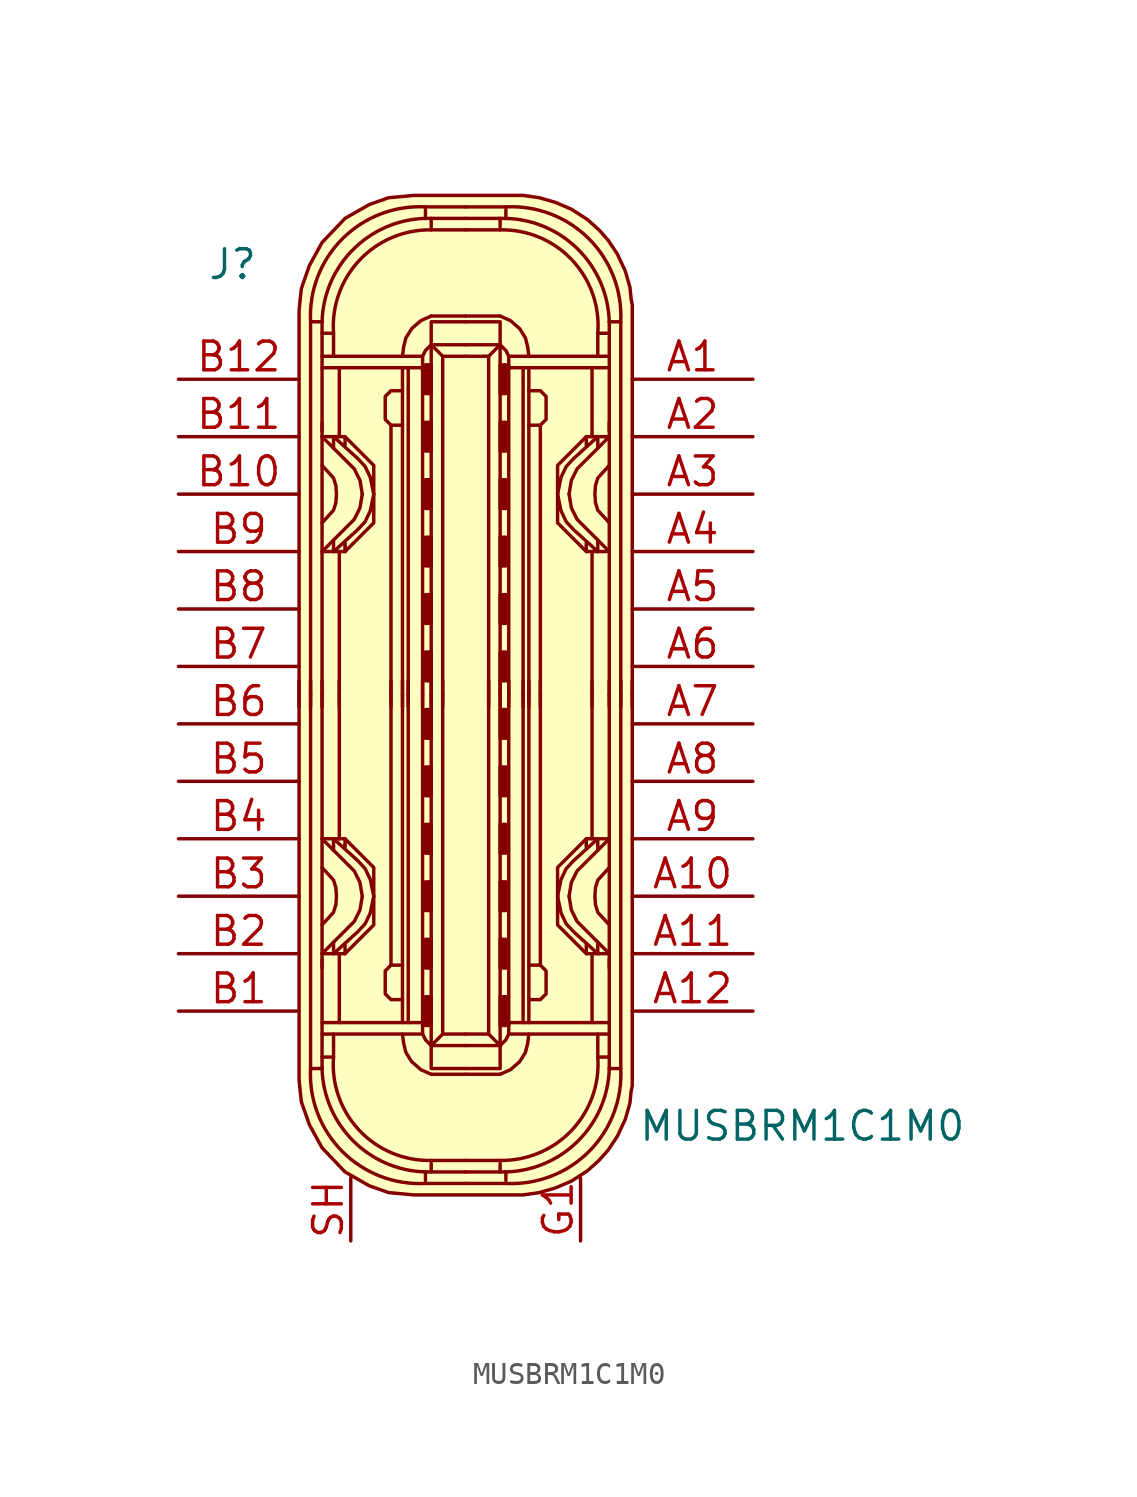
<source format=kicad_sym>
(kicad_symbol_lib
  (version 20231120)
  (generator "kicad_symbol_editor")
  (generator_version "8.0")
  (symbol "MUSBRM1C1M0"
    (pin_names
      (offset 1.016))
    (property "Reference" "J"
      (at -11.43 19.05 0)
      (effects (font (size 1.27 1.27)) (justify left)))
    (property "Value" "MUSBRM1C1M0"
      (at 7.62 -19.05 0)
      (effects (font (size 1.27 1.27)) (justify left)))
    (symbol "MUSBRM1C1M0_1_1"
      (arc (start -6.858 -16.51) (mid -5.4492 -20.1812) (end -1.778 -21.59) (stroke (width 0) (type solid)) (fill (type none)))
      (arc (start -6.35 -16.51) (mid -4.9749 -19.7069) (end -1.778 -21.082) (stroke (width 0) (type solid)) (fill (type none)))
      (arc (start -5.842 -16.002) (mid -4.6972 -19.2495) (end -1.524 -20.574) (stroke (width 0) (type solid)) (fill (type none)))
      (rectangle (start -1.778 -14.605) (end -1.524 -13.335) (stroke (width 0) (type solid)) (fill (type outline)))
      (rectangle (start -1.778 -12.065) (end -1.524 -10.795) (stroke (width 0) (type solid)) (fill (type outline)))
      (rectangle (start -1.778 -9.525) (end -1.524 -8.255) (stroke (width 0) (type solid)) (fill (type outline)))
      (rectangle (start -1.778 -6.985) (end -1.524 -5.715) (stroke (width 0) (type solid)) (fill (type outline)))
      (rectangle (start -1.778 -4.445) (end -1.524 -3.175) (stroke (width 0) (type solid)) (fill (type outline)))
      (rectangle (start -1.778 -1.905) (end -1.524 -0.635) (stroke (width 0) (type solid)) (fill (type outline)))
      (rectangle (start -1.778 1.905) (end -1.524 0.635) (stroke (width 0) (type solid)) (fill (type outline)))
      (rectangle (start -1.778 4.445) (end -1.524 3.175) (stroke (width 0) (type solid)) (fill (type outline)))
      (rectangle (start -1.778 6.985) (end -1.524 5.715) (stroke (width 0) (type solid)) (fill (type outline)))
      (rectangle (start -1.778 9.525) (end -1.524 8.255) (stroke (width 0) (type solid)) (fill (type outline)))
      (rectangle (start -1.778 12.065) (end -1.524 10.795) (stroke (width 0) (type solid)) (fill (type outline)))
      (rectangle (start -1.778 14.605) (end -1.524 13.335) (stroke (width 0) (type solid)) (fill (type outline)))
      (arc (start -1.778 21.082) (mid -4.9749 19.7069) (end -6.35 16.51) (stroke (width 0) (type solid)) (fill (type none)))
      (arc (start -1.778 21.59) (mid -5.4492 20.1812) (end -6.858 16.51) (stroke (width 0) (type solid)) (fill (type none)))
      (arc (start -1.524 20.574) (mid -4.6883 19.2412) (end -5.842 16.002) (stroke (width 0) (type solid)) (fill (type none)))
      (polyline (pts (xy -7.366 -0.508) (xy -7.366 0.635)) (stroke (width 0) (type solid)) (fill (type none)))
      (polyline (pts (xy -6.858 -0.508) (xy -6.858 0.635)) (stroke (width 0) (type solid)) (fill (type none)))
      (polyline (pts (xy -6.35 -14.986) (xy -1.905 -14.986)) (stroke (width 0) (type solid)) (fill (type none)))
      (polyline (pts (xy -6.35 -12.065) (xy -6.35 0)) (stroke (width 0) (type solid)) (fill (type none)))
      (polyline (pts (xy -6.35 -0.508) (xy -6.35 0.635)) (stroke (width 0) (type solid)) (fill (type none)))
      (polyline (pts (xy -6.35 12.065) (xy -6.35 0)) (stroke (width 0) (type solid)) (fill (type none)))
      (polyline (pts (xy -6.35 14.986) (xy -1.905 14.986)) (stroke (width 0) (type solid)) (fill (type none)))
      (polyline (pts (xy -5.842 -11.43) (xy -5.842 -10.922)) (stroke (width 0) (type solid)) (fill (type none)))
      (polyline (pts (xy -5.842 -6.35) (xy -5.842 -6.858)) (stroke (width 0) (type solid)) (fill (type none)))
      (polyline (pts (xy -5.842 6.35) (xy -5.842 6.858)) (stroke (width 0) (type solid)) (fill (type none)))
      (polyline (pts (xy -5.842 11.43) (xy -5.842 10.922)) (stroke (width 0) (type solid)) (fill (type none)))
      (polyline (pts (xy -5.588 -14.478) (xy -5.588 -11.43)) (stroke (width 0) (type solid)) (fill (type none)))
      (polyline (pts (xy -5.588 -6.35) (xy -5.588 0)) (stroke (width 0) (type solid)) (fill (type none)))
      (polyline (pts (xy -5.588 -0.508) (xy -5.588 0.635)) (stroke (width 0) (type solid)) (fill (type none)))
      (polyline (pts (xy -5.588 6.35) (xy -5.588 0)) (stroke (width 0) (type solid)) (fill (type none)))
      (polyline (pts (xy -5.588 14.478) (xy -5.588 11.43)) (stroke (width 0) (type solid)) (fill (type none)))
      (polyline (pts (xy -5.334 -11.43) (xy -5.334 -11.049)) (stroke (width 0) (type solid)) (fill (type none)))
      (polyline (pts (xy -5.334 -6.604) (xy -5.334 -6.731)) (stroke (width 0) (type solid)) (fill (type none)))
      (polyline (pts (xy -5.334 -6.35) (xy -5.334 -6.604)) (stroke (width 0) (type solid)) (fill (type none)))
      (polyline (pts (xy -5.334 6.35) (xy -5.334 6.604)) (stroke (width 0) (type solid)) (fill (type none)))
      (polyline (pts (xy -5.334 6.604) (xy -5.334 6.731)) (stroke (width 0) (type solid)) (fill (type none)))
      (polyline (pts (xy -5.334 11.43) (xy -5.334 11.049)) (stroke (width 0) (type solid)) (fill (type none)))
      (polyline (pts (xy -3.302 -0.508) (xy -3.302 0.635)) (stroke (width 0) (type solid)) (fill (type none)))
      (polyline (pts (xy -3.302 0) (xy -3.302 -11.938)) (stroke (width 0) (type solid)) (fill (type none)))
      (polyline (pts (xy -3.302 0) (xy -3.302 11.938)) (stroke (width 0) (type solid)) (fill (type none)))
      (polyline (pts (xy -2.794 -0.508) (xy -2.794 0.635)) (stroke (width 0) (type solid)) (fill (type none)))
      (polyline (pts (xy -2.794 0) (xy -2.794 -14.478)) (stroke (width 0) (type solid)) (fill (type none)))
      (polyline (pts (xy -2.794 0) (xy -2.794 14.478)) (stroke (width 0) (type solid)) (fill (type none)))
      (polyline (pts (xy -2.54 -14.478) (xy -2.54 0)) (stroke (width 0) (type solid)) (fill (type none)))
      (polyline (pts (xy -2.54 -0.508) (xy -2.54 0.635)) (stroke (width 0) (type solid)) (fill (type none)))
      (polyline (pts (xy -2.54 14.478) (xy -2.54 0)) (stroke (width 0) (type solid)) (fill (type none)))
      (polyline (pts (xy -1.905 -14.478) (xy -6.35 -14.478)) (stroke (width 0) (type solid)) (fill (type none)))
      (polyline (pts (xy -1.905 -0.508) (xy -1.905 0.635)) (stroke (width 0) (type solid)) (fill (type none)))
      (polyline (pts (xy -1.905 0) (xy -1.905 -14.605)) (stroke (width 0) (type solid)) (fill (type none)))
      (polyline (pts (xy -1.905 0) (xy -1.905 14.605)) (stroke (width 0) (type solid)) (fill (type none)))
      (polyline (pts (xy -1.905 14.478) (xy -6.35 14.478)) (stroke (width 0) (type solid)) (fill (type none)))
      (polyline (pts (xy -1.778 -21.59) (xy 0 -21.59)) (stroke (width 0) (type solid)) (fill (type background)))
      (polyline (pts (xy -1.778 -21.082) (xy -1.778 -21.463)) (stroke (width 0) (type solid)) (fill (type none)))
      (polyline (pts (xy -1.778 -21.082) (xy 0 -21.082)) (stroke (width 0) (type solid)) (fill (type none)))
      (polyline (pts (xy -1.778 21.082) (xy -1.778 21.463)) (stroke (width 0) (type solid)) (fill (type none)))
      (polyline (pts (xy -1.778 21.082) (xy 0 21.082)) (stroke (width 0) (type solid)) (fill (type none)))
      (polyline (pts (xy -1.778 21.59) (xy 0 21.59)) (stroke (width 0) (type solid)) (fill (type background)))
      (polyline (pts (xy -1.524 -20.701) (xy -1.524 -21.082)) (stroke (width 0) (type solid)) (fill (type none)))
      (polyline (pts (xy -1.524 -20.574) (xy 0 -20.574)) (stroke (width 0) (type solid)) (fill (type none)))
      (polyline (pts (xy -1.524 -0.508) (xy -1.524 0.635)) (stroke (width 0) (type solid)) (fill (type none)))
      (polyline (pts (xy -1.524 20.574) (xy 0 20.574)) (stroke (width 0) (type solid)) (fill (type none)))
      (polyline (pts (xy -1.524 20.701) (xy -1.524 21.082)) (stroke (width 0) (type solid)) (fill (type none)))
      (polyline (pts (xy -1.016 -14.986) (xy -1.524 -15.494)) (stroke (width 0) (type solid)) (fill (type none)))
      (polyline (pts (xy -1.016 -0.508) (xy -1.016 0.635)) (stroke (width 0) (type solid)) (fill (type none)))
      (polyline (pts (xy -1.016 14.986) (xy -1.524 15.494)) (stroke (width 0) (type solid)) (fill (type none)))
      (polyline (pts (xy 0 -16.764) (xy -1.524 -16.764)) (stroke (width 0) (type solid)) (fill (type none)))
      (polyline (pts (xy 0 -16.764) (xy 1.524 -16.764)) (stroke (width 0) (type solid)) (fill (type none)))
      (polyline (pts (xy 0 16.764) (xy -1.524 16.764)) (stroke (width 0) (type solid)) (fill (type none)))
      (polyline (pts (xy 0 16.764) (xy 1.524 16.764)) (stroke (width 0) (type solid)) (fill (type none)))
      (polyline (pts (xy 1.016 -14.986) (xy 1.524 -15.494)) (stroke (width 0) (type solid)) (fill (type none)))
      (polyline (pts (xy 1.016 -0.508) (xy 1.016 0.635)) (stroke (width 0) (type solid)) (fill (type none)))
      (polyline (pts (xy 1.016 14.986) (xy 1.524 15.494)) (stroke (width 0) (type solid)) (fill (type none)))
      (polyline (pts (xy 1.524 -20.701) (xy 1.524 -21.082)) (stroke (width 0) (type solid)) (fill (type none)))
      (polyline (pts (xy 1.524 -20.574) (xy 0 -20.574)) (stroke (width 0) (type solid)) (fill (type none)))
      (polyline (pts (xy 1.524 -0.508) (xy 1.524 0.635)) (stroke (width 0) (type solid)) (fill (type none)))
      (polyline (pts (xy 1.524 20.574) (xy 0 20.574)) (stroke (width 0) (type solid)) (fill (type none)))
      (polyline (pts (xy 1.524 20.701) (xy 1.524 21.082)) (stroke (width 0) (type solid)) (fill (type none)))
      (polyline (pts (xy 1.778 -21.59) (xy 0 -21.59)) (stroke (width 0) (type solid)) (fill (type background)))
      (polyline (pts (xy 1.778 -21.082) (xy 0 -21.082)) (stroke (width 0) (type solid)) (fill (type none)))
      (polyline (pts (xy 1.778 -21.082) (xy 1.778 -21.463)) (stroke (width 0) (type solid)) (fill (type none)))
      (polyline (pts (xy 1.778 21.082) (xy 0 21.082)) (stroke (width 0) (type solid)) (fill (type none)))
      (polyline (pts (xy 1.778 21.082) (xy 1.778 21.463)) (stroke (width 0) (type solid)) (fill (type none)))
      (polyline (pts (xy 1.778 21.59) (xy 0 21.59)) (stroke (width 0) (type solid)) (fill (type background)))
      (polyline (pts (xy 1.905 -14.478) (xy 6.35 -14.478)) (stroke (width 0) (type solid)) (fill (type none)))
      (polyline (pts (xy 1.905 -0.508) (xy 1.905 0.635)) (stroke (width 0) (type solid)) (fill (type none)))
      (polyline (pts (xy 1.905 0) (xy 1.905 -14.605)) (stroke (width 0) (type solid)) (fill (type none)))
      (polyline (pts (xy 1.905 0) (xy 1.905 14.605)) (stroke (width 0) (type solid)) (fill (type none)))
      (polyline (pts (xy 1.905 14.478) (xy 6.35 14.478)) (stroke (width 0) (type solid)) (fill (type none)))
      (polyline (pts (xy 2.54 -14.478) (xy 2.54 0)) (stroke (width 0) (type solid)) (fill (type none)))
      (polyline (pts (xy 2.54 -0.508) (xy 2.54 0.635)) (stroke (width 0) (type solid)) (fill (type none)))
      (polyline (pts (xy 2.54 14.478) (xy 2.54 0)) (stroke (width 0) (type solid)) (fill (type none)))
      (polyline (pts (xy 2.794 -0.508) (xy 2.794 0.635)) (stroke (width 0) (type solid)) (fill (type none)))
      (polyline (pts (xy 2.794 0) (xy 2.794 -14.478)) (stroke (width 0) (type solid)) (fill (type none)))
      (polyline (pts (xy 2.794 0) (xy 2.794 14.478)) (stroke (width 0) (type solid)) (fill (type none)))
      (polyline (pts (xy 3.302 -0.508) (xy 3.302 0.635)) (stroke (width 0) (type solid)) (fill (type none)))
      (polyline (pts (xy 3.302 0) (xy 3.302 -11.938)) (stroke (width 0) (type solid)) (fill (type none)))
      (polyline (pts (xy 3.302 0) (xy 3.302 11.938)) (stroke (width 0) (type solid)) (fill (type none)))
      (polyline (pts (xy 5.334 -11.43) (xy 5.334 -11.049)) (stroke (width 0) (type solid)) (fill (type none)))
      (polyline (pts (xy 5.334 -6.604) (xy 5.334 -6.731)) (stroke (width 0) (type solid)) (fill (type none)))
      (polyline (pts (xy 5.334 -6.35) (xy 5.334 -6.604)) (stroke (width 0) (type solid)) (fill (type none)))
      (polyline (pts (xy 5.334 6.35) (xy 5.334 6.604)) (stroke (width 0) (type solid)) (fill (type none)))
      (polyline (pts (xy 5.334 6.604) (xy 5.334 6.731)) (stroke (width 0) (type solid)) (fill (type none)))
      (polyline (pts (xy 5.334 11.43) (xy 5.334 11.049)) (stroke (width 0) (type solid)) (fill (type none)))
      (polyline (pts (xy 5.588 -14.478) (xy 5.588 -11.43)) (stroke (width 0) (type solid)) (fill (type none)))
      (polyline (pts (xy 5.588 -6.35) (xy 5.588 0)) (stroke (width 0) (type solid)) (fill (type none)))
      (polyline (pts (xy 5.588 -0.508) (xy 5.588 0.635)) (stroke (width 0) (type solid)) (fill (type none)))
      (polyline (pts (xy 5.588 6.35) (xy 5.588 0)) (stroke (width 0) (type solid)) (fill (type none)))
      (polyline (pts (xy 5.588 14.478) (xy 5.588 11.43)) (stroke (width 0) (type solid)) (fill (type none)))
      (polyline (pts (xy 5.842 -11.43) (xy 5.842 -10.922)) (stroke (width 0) (type solid)) (fill (type none)))
      (polyline (pts (xy 5.842 -6.35) (xy 5.842 -6.858)) (stroke (width 0) (type solid)) (fill (type none)))
      (polyline (pts (xy 5.842 6.35) (xy 5.842 6.858)) (stroke (width 0) (type solid)) (fill (type none)))
      (polyline (pts (xy 5.842 11.43) (xy 5.842 10.922)) (stroke (width 0) (type solid)) (fill (type none)))
      (polyline (pts (xy 6.35 -14.986) (xy 1.905 -14.986)) (stroke (width 0) (type solid)) (fill (type none)))
      (polyline (pts (xy 6.35 -12.065) (xy 6.35 0)) (stroke (width 0) (type solid)) (fill (type none)))
      (polyline (pts (xy 6.35 -0.508) (xy 6.35 0.635)) (stroke (width 0) (type solid)) (fill (type none)))
      (polyline (pts (xy 6.35 12.065) (xy 6.35 0)) (stroke (width 0) (type solid)) (fill (type none)))
      (polyline (pts (xy 6.35 14.986) (xy 1.905 14.986)) (stroke (width 0) (type solid)) (fill (type none)))
      (polyline (pts (xy 6.858 -0.508) (xy 6.858 0.635)) (stroke (width 0) (type solid)) (fill (type none)))
      (polyline (pts (xy 7.366 -0.508) (xy 7.366 0.635)) (stroke (width 0) (type solid)) (fill (type none)))
      (polyline (pts (xy -6.35 -16.51) (xy -6.858 -16.51) (xy -6.858 0)) (stroke (width 0) (type solid)) (fill (type none)))
      (polyline (pts (xy -6.35 -11.684) (xy -6.35 -15.875) (xy -6.35 -16.51)) (stroke (width 0) (type solid)) (fill (type none)))
      (polyline (pts (xy -6.35 11.684) (xy -6.35 15.875) (xy -6.35 16.51)) (stroke (width 0) (type solid)) (fill (type none)))
      (polyline (pts (xy -6.35 16.51) (xy -6.858 16.51) (xy -6.858 0)) (stroke (width 0) (type solid)) (fill (type none)))
      (polyline (pts (xy -5.842 -14.986) (xy -5.842 -16.002) (xy -6.35 -16.002)) (stroke (width 0) (type solid)) (fill (type none)))
      (polyline (pts (xy -5.842 14.986) (xy -5.842 16.002) (xy -6.35 16.002)) (stroke (width 0) (type solid)) (fill (type none)))
      (polyline (pts (xy -1.524 0) (xy -1.524 -15.494) (xy 0 -15.494)) (stroke (width 0) (type solid)) (fill (type none)))
      (polyline (pts (xy -1.524 0) (xy -1.524 15.494) (xy 0 15.494)) (stroke (width 0) (type solid)) (fill (type none)))
      (polyline (pts (xy -1.016 0) (xy -1.016 -14.986) (xy 0 -14.986)) (stroke (width 0) (type solid)) (fill (type none)))
      (polyline (pts (xy -1.016 0) (xy -1.016 14.986) (xy 0 14.986)) (stroke (width 0) (type solid)) (fill (type none)))
      (polyline (pts (xy 1.016 0) (xy 1.016 -14.986) (xy 0 -14.986)) (stroke (width 0) (type solid)) (fill (type none)))
      (polyline (pts (xy 1.016 0) (xy 1.016 14.986) (xy 0 14.986)) (stroke (width 0) (type solid)) (fill (type none)))
      (polyline (pts (xy 1.524 0) (xy 1.524 -15.494) (xy 0 -15.494)) (stroke (width 0) (type solid)) (fill (type none)))
      (polyline (pts (xy 1.524 0) (xy 1.524 15.494) (xy 0 15.494)) (stroke (width 0) (type solid)) (fill (type none)))
      (polyline (pts (xy 5.842 -14.986) (xy 5.842 -16.002) (xy 6.35 -16.002)) (stroke (width 0) (type solid)) (fill (type none)))
      (polyline (pts (xy 5.842 14.986) (xy 5.842 16.002) (xy 6.35 16.002)) (stroke (width 0) (type solid)) (fill (type none)))
      (polyline (pts (xy 6.35 -16.51) (xy 6.858 -16.51) (xy 6.858 0)) (stroke (width 0) (type solid)) (fill (type none)))
      (polyline (pts (xy 6.35 -11.684) (xy 6.35 -15.875) (xy 6.35 -16.51)) (stroke (width 0) (type solid)) (fill (type none)))
      (polyline (pts (xy 6.35 11.684) (xy 6.35 15.875) (xy 6.35 16.51)) (stroke (width 0) (type solid)) (fill (type none)))
      (polyline (pts (xy 6.35 16.51) (xy 6.858 16.51) (xy 6.858 0)) (stroke (width 0) (type solid)) (fill (type none)))
      (polyline (pts (xy -6.35 -11.43) (xy -4.928 -10.008) (xy -4.674 -9.5) (xy -4.572 -8.89)) (stroke (width 0) (type solid)) (fill (type none)))
      (polyline (pts (xy -6.35 -10.16) (xy -5.842 -9.601) (xy -5.74 -9.271) (xy -5.715 -8.915)) (stroke (width 0) (type solid)) (fill (type none)))
      (polyline (pts (xy -6.35 -7.62) (xy -5.842 -8.179) (xy -5.74 -8.509) (xy -5.715 -8.865)) (stroke (width 0) (type solid)) (fill (type none)))
      (polyline (pts (xy -6.35 -6.35) (xy -4.928 -7.772) (xy -4.674 -8.28) (xy -4.572 -8.89)) (stroke (width 0) (type solid)) (fill (type none)))
      (polyline (pts (xy -6.35 6.35) (xy -4.928 7.772) (xy -4.674 8.28) (xy -4.572 8.89)) (stroke (width 0) (type solid)) (fill (type none)))
      (polyline (pts (xy -6.35 7.62) (xy -5.842 8.179) (xy -5.74 8.509) (xy -5.715 8.865)) (stroke (width 0) (type solid)) (fill (type none)))
      (polyline (pts (xy -6.35 10.16) (xy -5.842 9.601) (xy -5.74 9.271) (xy -5.715 8.915)) (stroke (width 0) (type solid)) (fill (type none)))
      (polyline (pts (xy -6.35 11.43) (xy -4.928 10.008) (xy -4.674 9.5) (xy -4.572 8.89)) (stroke (width 0) (type solid)) (fill (type none)))
      (polyline (pts (xy -1.905 -14.605) (xy -1.905 -14.986) (xy -1.778 -15.24) (xy -1.524 -15.494)) (stroke (width 0) (type solid)) (fill (type none)))
      (polyline (pts (xy -1.905 14.605) (xy -1.905 14.986) (xy -1.778 15.24) (xy -1.524 15.494)) (stroke (width 0) (type solid)) (fill (type none)))
      (polyline (pts (xy 0 -16.51) (xy -1.397 -16.51) (xy -1.524 -16.51) (xy -1.524 -15.494)) (stroke (width 0) (type solid)) (fill (type none)))
      (polyline (pts (xy 0 -16.51) (xy 1.397 -16.51) (xy 1.524 -16.51) (xy 1.524 -15.494)) (stroke (width 0) (type solid)) (fill (type none)))
      (polyline (pts (xy 0 16.51) (xy -1.397 16.51) (xy -1.524 16.51) (xy -1.524 15.494)) (stroke (width 0) (type solid)) (fill (type none)))
      (polyline (pts (xy 0 16.51) (xy 1.397 16.51) (xy 1.524 16.51) (xy 1.524 15.494)) (stroke (width 0) (type solid)) (fill (type none)))
      (polyline (pts (xy 1.905 -14.605) (xy 1.905 -14.986) (xy 1.778 -15.24) (xy 1.524 -15.494)) (stroke (width 0) (type solid)) (fill (type none)))
      (polyline (pts (xy 1.905 14.605) (xy 1.905 14.986) (xy 1.778 15.24) (xy 1.524 15.494)) (stroke (width 0) (type solid)) (fill (type none)))
      (polyline (pts (xy 6.35 -11.43) (xy 4.928 -10.008) (xy 4.674 -9.5) (xy 4.572 -8.89)) (stroke (width 0) (type solid)) (fill (type none)))
      (polyline (pts (xy 6.35 -10.16) (xy 5.842 -9.601) (xy 5.74 -9.271) (xy 5.715 -8.915)) (stroke (width 0) (type solid)) (fill (type none)))
      (polyline (pts (xy 6.35 -7.62) (xy 5.842 -8.179) (xy 5.74 -8.509) (xy 5.715 -8.865)) (stroke (width 0) (type solid)) (fill (type none)))
      (polyline (pts (xy 6.35 -6.35) (xy 4.928 -7.772) (xy 4.674 -8.28) (xy 4.572 -8.89)) (stroke (width 0) (type solid)) (fill (type none)))
      (polyline (pts (xy 6.35 6.35) (xy 4.928 7.772) (xy 4.674 8.28) (xy 4.572 8.89)) (stroke (width 0) (type solid)) (fill (type none)))
      (polyline (pts (xy 6.35 7.62) (xy 5.842 8.179) (xy 5.74 8.509) (xy 5.715 8.865)) (stroke (width 0) (type solid)) (fill (type none)))
      (polyline (pts (xy 6.35 10.16) (xy 5.842 9.601) (xy 5.74 9.271) (xy 5.715 8.915)) (stroke (width 0) (type solid)) (fill (type none)))
      (polyline (pts (xy 6.35 11.43) (xy 4.928 10.008) (xy 4.674 9.5) (xy 4.572 8.89)) (stroke (width 0) (type solid)) (fill (type none)))
      (polyline (pts (xy -5.842 -11.43) (xy -4.775 -10.465) (xy -4.445 -10.109) (xy -4.216 -9.627) (xy -4.064 -8.89)) (stroke (width 0) (type solid)) (fill (type none)))
      (polyline (pts (xy -5.842 -6.35) (xy -4.775 -7.315) (xy -4.445 -7.671) (xy -4.216 -8.153) (xy -4.064 -8.89)) (stroke (width 0) (type solid)) (fill (type none)))
      (polyline (pts (xy -5.842 6.35) (xy -4.775 7.315) (xy -4.445 7.671) (xy -4.216 8.153) (xy -4.064 8.89)) (stroke (width 0) (type solid)) (fill (type none)))
      (polyline (pts (xy -5.842 11.43) (xy -4.775 10.465) (xy -4.445 10.109) (xy -4.216 9.627) (xy -4.064 8.89)) (stroke (width 0) (type solid)) (fill (type none)))
      (polyline (pts (xy 5.842 -11.43) (xy 4.775 -10.465) (xy 4.445 -10.109) (xy 4.216 -9.627) (xy 4.064 -8.89)) (stroke (width 0) (type solid)) (fill (type none)))
      (polyline (pts (xy 5.842 -6.35) (xy 4.775 -7.315) (xy 4.445 -7.671) (xy 4.216 -8.153) (xy 4.064 -8.89)) (stroke (width 0) (type solid)) (fill (type none)))
      (polyline (pts (xy 5.842 6.35) (xy 4.775 7.315) (xy 4.445 7.671) (xy 4.216 8.153) (xy 4.064 8.89)) (stroke (width 0) (type solid)) (fill (type none)))
      (polyline (pts (xy 5.842 11.43) (xy 4.775 10.465) (xy 4.445 10.109) (xy 4.216 9.627) (xy 4.064 8.89)) (stroke (width 0) (type solid)) (fill (type none)))
      (polyline (pts (xy -6.35 -11.43) (xy -5.334 -11.43) (xy -4.064 -10.16) (xy -4.064 -7.62) (xy -5.334 -6.35) (xy -6.35 -6.35)) (stroke (width 0) (type solid)) (fill (type none)))
      (polyline (pts (xy -6.35 11.43) (xy -5.334 11.43) (xy -4.064 10.16) (xy -4.064 7.62) (xy -5.334 6.35) (xy -6.35 6.35)) (stroke (width 0) (type solid)) (fill (type none)))
      (polyline (pts (xy -2.794 -14.986) (xy -2.743 -15.392) (xy -2.642 -15.799) (xy -2.388 -16.205) (xy -1.981 -16.561) (xy -1.524 -16.764)) (stroke (width 0) (type solid)) (fill (type none)))
      (polyline (pts (xy -2.794 -13.462) (xy -3.302 -13.462) (xy -3.556 -13.208) (xy -3.556 -12.192) (xy -3.302 -11.938) (xy -2.794 -11.938)) (stroke (width 0) (type solid)) (fill (type none)))
      (polyline (pts (xy -2.794 13.462) (xy -3.302 13.462) (xy -3.556 13.208) (xy -3.556 12.192) (xy -3.302 11.938) (xy -2.794 11.938)) (stroke (width 0) (type solid)) (fill (type none)))
      (polyline (pts (xy -2.794 14.986) (xy -2.743 15.392) (xy -2.642 15.799) (xy -2.388 16.205) (xy -1.981 16.561) (xy -1.524 16.764)) (stroke (width 0) (type solid)) (fill (type none)))
      (polyline (pts (xy 2.794 -14.986) (xy 2.743 -15.392) (xy 2.642 -15.799) (xy 2.388 -16.205) (xy 1.981 -16.561) (xy 1.524 -16.764)) (stroke (width 0) (type solid)) (fill (type none)))
      (polyline (pts (xy 2.794 -13.462) (xy 3.302 -13.462) (xy 3.556 -13.208) (xy 3.556 -12.192) (xy 3.302 -11.938) (xy 2.794 -11.938)) (stroke (width 0) (type solid)) (fill (type none)))
      (polyline (pts (xy 2.794 13.462) (xy 3.302 13.462) (xy 3.556 13.208) (xy 3.556 12.192) (xy 3.302 11.938) (xy 2.794 11.938)) (stroke (width 0) (type solid)) (fill (type none)))
      (polyline (pts (xy 2.794 14.986) (xy 2.743 15.392) (xy 2.642 15.799) (xy 2.388 16.205) (xy 1.981 16.561) (xy 1.524 16.764)) (stroke (width 0) (type solid)) (fill (type none)))
      (polyline (pts (xy 6.35 -11.43) (xy 5.334 -11.43) (xy 4.064 -10.16) (xy 4.064 -7.62) (xy 5.334 -6.35) (xy 6.35 -6.35)) (stroke (width 0) (type solid)) (fill (type none)))
      (polyline (pts (xy 6.35 11.43) (xy 5.334 11.43) (xy 4.064 10.16) (xy 4.064 7.62) (xy 5.334 6.35) (xy 6.35 6.35)) (stroke (width 0) (type solid)) (fill (type none)))
      (polyline (pts (xy 7.366 0) (xy 7.366 -17.018) (xy 7.366 -17.272) (xy 7.315 -17.526) (xy 7.264 -18.034) (xy 7.061 -18.745) (xy 6.706 -19.507) (xy 6.299 -20.117) (xy 5.893 -20.574) (xy 5.385 -21.031) (xy 4.674 -21.488) (xy 3.962 -21.793) (xy 3.251 -21.996) (xy 2.54 -22.098) (xy -2.286 -22.098) (xy -3.404 -21.996) (xy -4.267 -21.692) (xy -5.334 -21.082) (xy -6.35 -20.015) (xy -6.909 -18.999) (xy -7.264 -17.983) (xy -7.315 -17.526) (xy -7.366 -17.018) (xy -7.366 0)) (stroke (width 0) (type solid)) (fill (type background)))
      (polyline (pts (xy 7.366 0) (xy 7.366 17.018) (xy 7.366 17.272) (xy 7.315 17.526) (xy 7.264 18.034) (xy 7.061 18.745) (xy 6.706 19.507) (xy 6.299 20.117) (xy 5.893 20.574) (xy 5.385 21.031) (xy 4.674 21.488) (xy 3.962 21.793) (xy 3.251 21.996) (xy 2.54 22.098) (xy -2.286 22.098) (xy -3.404 21.996) (xy -4.267 21.692) (xy -5.334 21.082) (xy -6.35 20.015) (xy -6.909 18.999) (xy -7.264 17.983) (xy -7.315 17.526) (xy -7.366 17.018) (xy -7.366 0)) (stroke (width 0) (type solid)) (fill (type background)))
      (arc (start 1.524 -20.574) (mid 4.6883 -19.2412) (end 5.842 -16.002) (stroke (width 0) (type solid)) (fill (type none)))
      (arc (start 1.778 -21.59) (mid 5.4492 -20.1812) (end 6.858 -16.51) (stroke (width 0) (type solid)) (fill (type none)))
      (arc (start 1.778 -21.082) (mid 4.9749 -19.7069) (end 6.35 -16.51) (stroke (width 0) (type solid)) (fill (type none)))
      (rectangle (start 1.778 -14.605) (end 1.524 -13.335) (stroke (width 0) (type solid)) (fill (type outline)))
      (rectangle (start 1.778 -12.065) (end 1.524 -10.795) (stroke (width 0) (type solid)) (fill (type outline)))
      (rectangle (start 1.778 -9.525) (end 1.524 -8.255) (stroke (width 0) (type solid)) (fill (type outline)))
      (rectangle (start 1.778 -6.985) (end 1.524 -5.715) (stroke (width 0) (type solid)) (fill (type outline)))
      (rectangle (start 1.778 -4.445) (end 1.524 -3.175) (stroke (width 0) (type solid)) (fill (type outline)))
      (rectangle (start 1.778 -1.905) (end 1.524 -0.635) (stroke (width 0) (type solid)) (fill (type outline)))
      (rectangle (start 1.778 1.905) (end 1.524 0.635) (stroke (width 0) (type solid)) (fill (type outline)))
      (rectangle (start 1.778 4.445) (end 1.524 3.175) (stroke (width 0) (type solid)) (fill (type outline)))
      (rectangle (start 1.778 6.985) (end 1.524 5.715) (stroke (width 0) (type solid)) (fill (type outline)))
      (rectangle (start 1.778 9.525) (end 1.524 8.255) (stroke (width 0) (type solid)) (fill (type outline)))
      (rectangle (start 1.778 12.065) (end 1.524 10.795) (stroke (width 0) (type solid)) (fill (type outline)))
      (rectangle (start 1.778 14.605) (end 1.524 13.335) (stroke (width 0) (type solid)) (fill (type outline)))
      (arc (start 5.842 16.002) (mid 4.6972 19.2495) (end 1.524 20.574) (stroke (width 0) (type solid)) (fill (type none)))
      (arc (start 6.35 16.51) (mid 4.9749 19.7069) (end 1.778 21.082) (stroke (width 0) (type solid)) (fill (type none)))
      (arc (start 6.858 16.51) (mid 5.4492 20.1812) (end 1.778 21.59) (stroke (width 0) (type solid)) (fill (type none)))
      (pin passive line (at 12.7 13.97 180) (length 5.334) (name "~" (effects (font (size 1.27 1.27)))) (number "A1" (effects (font (size 1.27 1.27)))))
      (pin passive line (at 12.7 -8.89 180) (length 5.334) (name "~" (effects (font (size 1.27 1.27)))) (number "A10" (effects (font (size 1.27 1.27)))))
      (pin passive line (at 12.7 -11.43 180) (length 5.334) (name "~" (effects (font (size 1.27 1.27)))) (number "A11" (effects (font (size 1.27 1.27)))))
      (pin passive line (at 12.7 -13.97 180) (length 5.334) (name "~" (effects (font (size 1.27 1.27)))) (number "A12" (effects (font (size 1.27 1.27)))))
      (pin passive line (at 12.7 11.43 180) (length 5.334) (name "~" (effects (font (size 1.27 1.27)))) (number "A2" (effects (font (size 1.27 1.27)))))
      (pin passive line (at 12.7 8.89 180) (length 5.334) (name "~" (effects (font (size 1.27 1.27)))) (number "A3" (effects (font (size 1.27 1.27)))))
      (pin passive line (at 12.7 6.35 180) (length 5.334) (name "~" (effects (font (size 1.27 1.27)))) (number "A4" (effects (font (size 1.27 1.27)))))
      (pin passive line (at 12.7 3.81 180) (length 5.334) (name "~" (effects (font (size 1.27 1.27)))) (number "A5" (effects (font (size 1.27 1.27)))))
      (pin passive line (at 12.7 1.27 180) (length 5.334) (name "~" (effects (font (size 1.27 1.27)))) (number "A6" (effects (font (size 1.27 1.27)))))
      (pin passive line (at 12.7 -1.27 180) (length 5.334) (name "~" (effects (font (size 1.27 1.27)))) (number "A7" (effects (font (size 1.27 1.27)))))
      (pin passive line (at 12.7 -3.81 180) (length 5.334) (name "~" (effects (font (size 1.27 1.27)))) (number "A8" (effects (font (size 1.27 1.27)))))
      (pin passive line (at 12.7 -6.35 180) (length 5.334) (name "~" (effects (font (size 1.27 1.27)))) (number "A9" (effects (font (size 1.27 1.27)))))
      (pin passive line (at -12.7 -13.97 0) (length 5.334) (name "~" (effects (font (size 1.27 1.27)))) (number "B1" (effects (font (size 1.27 1.27)))))
      (pin passive line (at -12.7 8.89 0) (length 5.334) (name "~" (effects (font (size 1.27 1.27)))) (number "B10" (effects (font (size 1.27 1.27)))))
      (pin passive line (at -12.7 11.43 0) (length 5.334) (name "~" (effects (font (size 1.27 1.27)))) (number "B11" (effects (font (size 1.27 1.27)))))
      (pin passive line (at -12.7 13.97 0) (length 5.334) (name "~" (effects (font (size 1.27 1.27)))) (number "B12" (effects (font (size 1.27 1.27)))))
      (pin passive line (at -12.7 -11.43 0) (length 5.334) (name "~" (effects (font (size 1.27 1.27)))) (number "B2" (effects (font (size 1.27 1.27)))))
      (pin passive line (at -12.7 -8.89 0) (length 5.334) (name "~" (effects (font (size 1.27 1.27)))) (number "B3" (effects (font (size 1.27 1.27)))))
      (pin passive line (at -12.7 -6.35 0) (length 5.334) (name "~" (effects (font (size 1.27 1.27)))) (number "B4" (effects (font (size 1.27 1.27)))))
      (pin passive line (at -12.7 -3.81 0) (length 5.334) (name "~" (effects (font (size 1.27 1.27)))) (number "B5" (effects (font (size 1.27 1.27)))))
      (pin passive line (at -12.7 -1.27 0) (length 5.334) (name "~" (effects (font (size 1.27 1.27)))) (number "B6" (effects (font (size 1.27 1.27)))))
      (pin passive line (at -12.7 1.27 0) (length 5.334) (name "~" (effects (font (size 1.27 1.27)))) (number "B7" (effects (font (size 1.27 1.27)))))
      (pin passive line (at -12.7 3.81 0) (length 5.334) (name "~" (effects (font (size 1.27 1.27)))) (number "B8" (effects (font (size 1.27 1.27)))))
      (pin passive line (at -12.7 6.35 0) (length 5.334) (name "~" (effects (font (size 1.27 1.27)))) (number "B9" (effects (font (size 1.27 1.27)))))
      (pin input line (at 5.08 -24.13 90) (length 2.794) (name "~" (effects (font (size 1.27 1.27)))) (number "G1" (effects (font (size 1.27 1.27)))))
      (pin input line (at -5.08 -24.13 90) (length 2.794) (name "~" (effects (font (size 1.27 1.27)))) (number "SH" (effects (font (size 1.27 1.27))))))))
</source>
